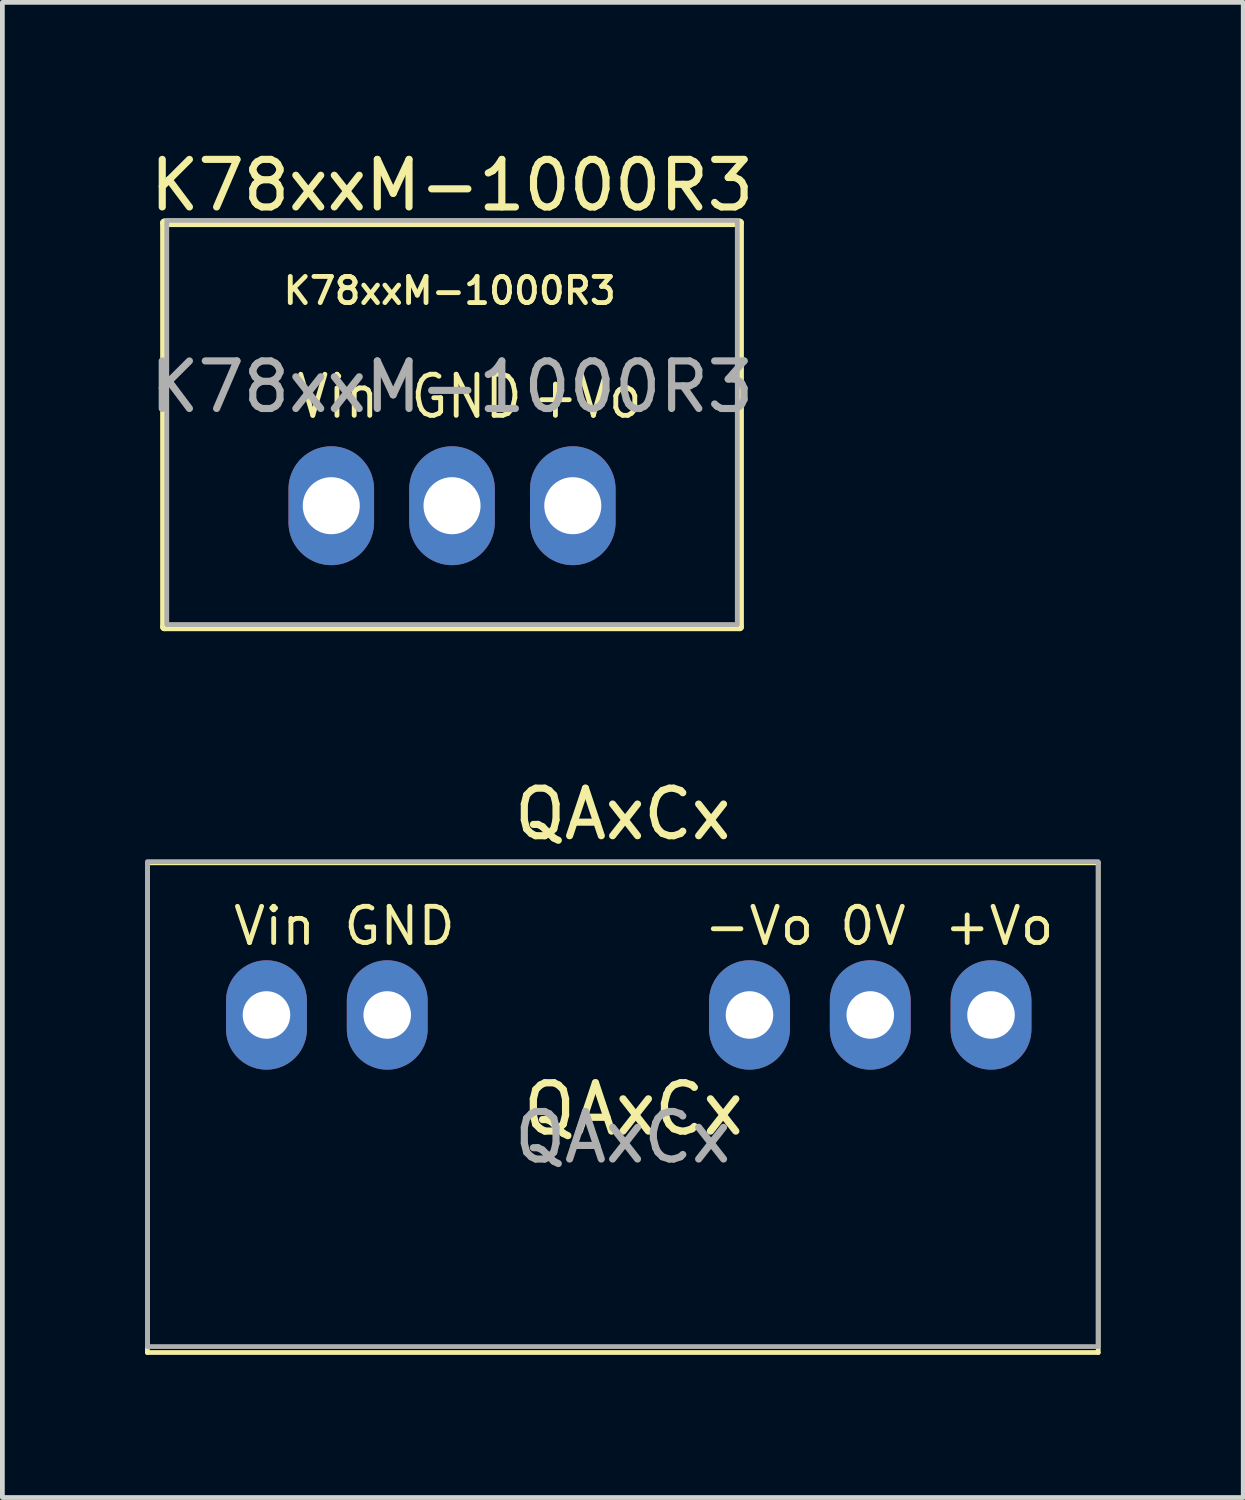
<source format=kicad_pcb>
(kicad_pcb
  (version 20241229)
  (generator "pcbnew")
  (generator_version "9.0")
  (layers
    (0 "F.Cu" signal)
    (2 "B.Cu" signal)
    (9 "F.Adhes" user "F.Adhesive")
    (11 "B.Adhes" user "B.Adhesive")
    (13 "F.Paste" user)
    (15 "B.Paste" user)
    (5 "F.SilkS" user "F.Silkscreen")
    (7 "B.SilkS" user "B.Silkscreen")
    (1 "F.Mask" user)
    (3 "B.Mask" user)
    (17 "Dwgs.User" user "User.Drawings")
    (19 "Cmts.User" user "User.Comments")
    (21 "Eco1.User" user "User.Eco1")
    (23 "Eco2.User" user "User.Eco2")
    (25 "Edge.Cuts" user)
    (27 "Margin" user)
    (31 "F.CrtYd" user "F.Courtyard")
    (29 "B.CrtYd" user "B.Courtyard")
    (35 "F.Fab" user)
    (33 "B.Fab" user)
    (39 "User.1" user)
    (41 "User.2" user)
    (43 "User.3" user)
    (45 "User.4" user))
  (footprint "K78xxM-1000R3"
    (layer "F.Cu")
    (at 6.458 7.587)
    (property "Reference" "K78xxM-1000R3" (at 0 -6.739 0) (layer "F.SilkS") (effects (font (size 1 1) (thickness 0.15))))
    (fp_line (start -6.05 -5.95) (end 6.05 -5.95) (stroke (width 0.178) (type solid)) (layer "F.SilkS"))
    (fp_line (start -6.05 2.55) (end -6.05 -5.95) (stroke (width 0.178) (type solid)) (layer "F.SilkS"))
    (fp_line (start -6.05 2.55) (end 6.05 2.55) (stroke (width 0.178) (type solid)) (layer "F.SilkS"))
    (fp_line (start 6.05 2.55) (end 6.05 -5.95) (stroke (width 0.178) (type solid)) (layer "F.SilkS"))
    (fp_rect (start -6 -6) (end 6 2.5) (stroke (width 0.1) (type default)) (fill no) (layer "F.Fab"))
    (fp_text user "GND" (at -0.923 -1.79 0) (unlocked yes) (layer "F.SilkS") (effects (font (size 0.864 0.762) (thickness 0.102)) (justify left bottom)))
    (fp_text user "+Vo" (at 1.636 -1.79 0) (unlocked yes) (layer "F.SilkS") (effects (font (size 0.864 0.762) (thickness 0.102)) (justify left bottom)))
    (fp_text user "Vin" (at -3.322 -1.79 0) (unlocked yes) (layer "F.SilkS") (effects (font (size 0.864 0.762) (thickness 0.102)) (justify left bottom)))
    (fp_text user "K78xxM-1000R3" (at -3.6 -4.2 0) (unlocked yes) (layer "F.SilkS") (effects (font (size 0.55 0.55) (thickness 0.102)) (justify left bottom)))
    (fp_text user "${REFERENCE}" (at 0 -2.5 0) (unlocked yes) (layer "F.Fab") (effects (font (size 1 1) (thickness 0.15))))
    (pad "1" thru_hole oval (at -2.54 0 180) (size 1.8 2.5) (drill 1.2) (layers "*.Cu" "*.Mask"))
    (pad "2" thru_hole oval (at 0 0 180) (size 1.8 2.5) (drill 1.2) (layers "*.Cu" "*.Mask"))
    (pad "3" thru_hole oval (at 2.54 0 180) (size 1.8 2.5) (drill 1.2) (layers "*.Cu" "*.Mask")))
  (footprint "QAxCx"
    (layer "F.Cu")
    (at 10.05 19.874)
    (property "Reference" "QAxCx" (at 0 -5.8 0) (layer "F.SilkS") (effects (font (size 1 1) (thickness 0.15))))
    (fp_line (start -10 -4.775) (end 10 -4.775) (stroke (width 0.1) (type solid)) (layer "F.SilkS"))
    (fp_line (start -10 5.525) (end -10 -4.775) (stroke (width 0.1) (type solid)) (layer "F.SilkS"))
    (fp_line (start -10 5.525) (end 10 5.525) (stroke (width 0.1) (type solid)) (layer "F.SilkS"))
    (fp_line (start 10 5.525) (end 10 -4.775) (stroke (width 0.1) (type solid)) (layer "F.SilkS"))
    (fp_rect (start -10 -4.8) (end 10 5.4) (stroke (width 0.1) (type default)) (fill no) (layer "F.Fab"))
    (fp_text user "QAxCx" (at -2.175 0.999 0) (unlocked yes) (layer "F.SilkS") (effects (font (size 1.016 1.016) (thickness 0.152)) (justify left bottom)))
    (fp_text user "0V" (at 4.505 -3 0) (unlocked yes) (layer "F.SilkS") (effects (font (size 0.762 0.762) (thickness 0.102)) (justify left bottom)))
    (fp_text user "-Vo" (at 1.655 -3 0) (unlocked yes) (layer "F.SilkS") (effects (font (size 0.762 0.762) (thickness 0.102)) (justify left bottom)))
    (fp_text user "GND" (at -5.925 -3 0) (unlocked yes) (layer "F.SilkS") (effects (font (size 0.762 0.762) (thickness 0.102)) (justify left bottom)))
    (fp_text user "+Vo" (at 6.705 -3 0) (unlocked yes) (layer "F.SilkS") (effects (font (size 0.762 0.762) (thickness 0.102)) (justify left bottom)))
    (fp_text user "Vin" (at -8.245 -3 0) (unlocked yes) (layer "F.SilkS") (effects (font (size 0.762 0.762) (thickness 0.102)) (justify left bottom)))
    (fp_text user "${REFERENCE}" (at 0 1 0) (unlocked yes) (layer "F.Fab") (effects (font (size 1 1) (thickness 0.15))))
    (pad "1" thru_hole oval (at -7.495 -1.575) (size 1.7 2.3) (drill 1) (layers "*.Cu" "*.Mask"))
    (pad "2" thru_hole oval (at -4.955 -1.575) (size 1.7 2.3) (drill 1) (layers "*.Cu" "*.Mask"))
    (pad "5" thru_hole oval (at 2.665 -1.575) (size 1.7 2.3) (drill 1) (layers "*.Cu" "*.Mask"))
    (pad "6" thru_hole oval (at 5.205 -1.575) (size 1.7 2.3) (drill 1) (layers "*.Cu" "*.Mask"))
    (pad "7" thru_hole oval (at 7.745 -1.575) (size 1.7 2.3) (drill 1) (layers "*.Cu" "*.Mask")))
  (gr_rect
    (start -3 -3)
    (end 23.1 28.449)
    (stroke (width 0.1) (type default))
    (fill no)
    (layer "Edge.Cuts")))
</source>
